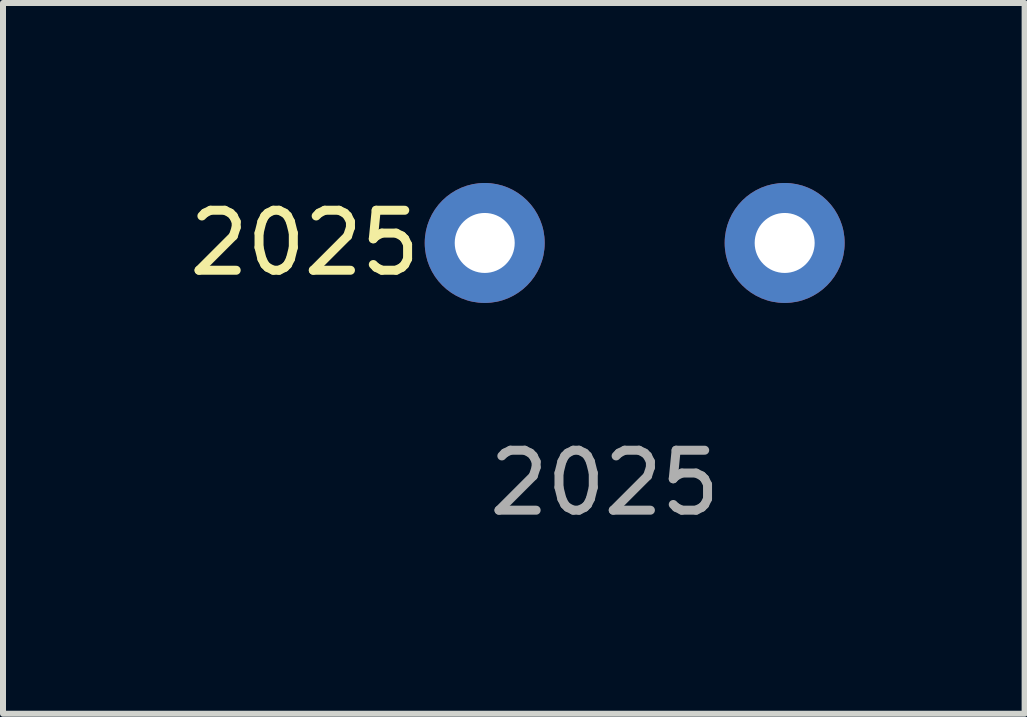
<source format=kicad_pcb>
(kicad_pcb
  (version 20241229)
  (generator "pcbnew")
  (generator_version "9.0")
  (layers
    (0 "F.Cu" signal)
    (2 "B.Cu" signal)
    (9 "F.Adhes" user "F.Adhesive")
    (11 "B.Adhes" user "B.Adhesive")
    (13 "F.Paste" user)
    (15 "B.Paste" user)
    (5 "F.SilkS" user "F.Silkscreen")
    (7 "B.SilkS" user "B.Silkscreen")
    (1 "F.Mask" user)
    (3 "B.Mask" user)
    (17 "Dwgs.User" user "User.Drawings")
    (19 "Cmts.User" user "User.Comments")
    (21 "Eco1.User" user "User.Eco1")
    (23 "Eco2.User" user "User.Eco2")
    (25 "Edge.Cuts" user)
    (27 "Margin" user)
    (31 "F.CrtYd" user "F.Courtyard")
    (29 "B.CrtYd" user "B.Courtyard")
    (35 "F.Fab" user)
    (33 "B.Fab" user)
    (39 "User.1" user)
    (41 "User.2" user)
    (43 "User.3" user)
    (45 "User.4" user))
  (footprint "2025"
    (layer "F.Cu")
    (at 5.03 1)
    (property "Reference" "2025" (at -3 0 0) (unlocked yes) (layer "F.SilkS") (effects (font (size 1 1) (thickness 0.15))))
    (attr through_hole)
    (fp_text user "${REFERENCE}" (at 2 4 0) (unlocked yes) (layer "F.Fab") (effects (font (size 1 1) (thickness 0.15))))
    (pad "1" thru_hole circle (at 0 0) (size 2 2) (drill 1) (layers "*.Cu" "*.Mask"))
    (pad "1" thru_hole circle (at 5 0) (size 2 2) (drill 1) (layers "*.Cu" "*.Mask")))
  (gr_rect
    (start -3 -3)
    (end 14.03 8.848)
    (stroke (width 0.1) (type default))
    (fill no)
    (layer "Edge.Cuts")))
</source>
